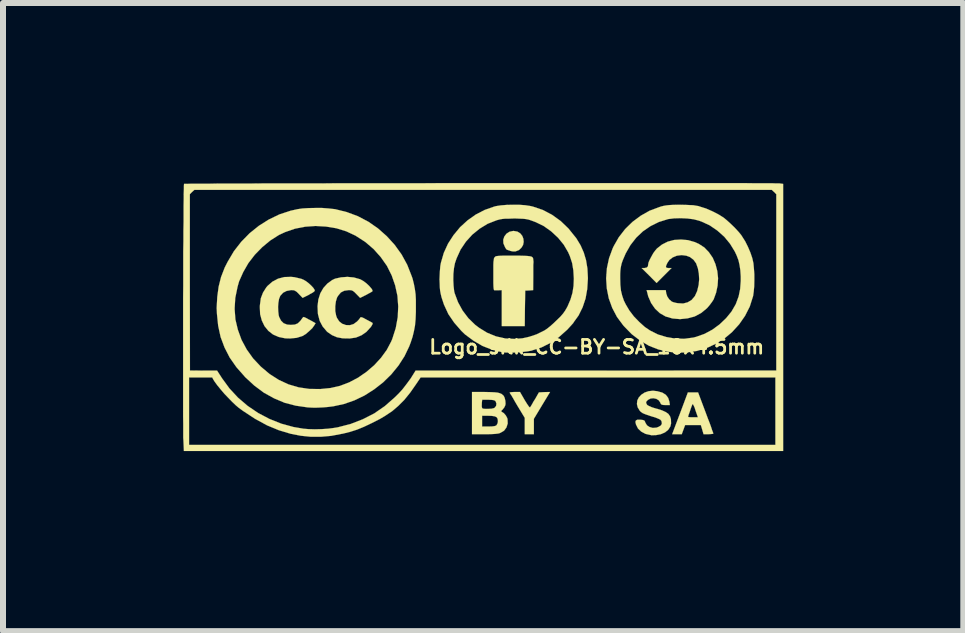
<source format=kicad_pcb>
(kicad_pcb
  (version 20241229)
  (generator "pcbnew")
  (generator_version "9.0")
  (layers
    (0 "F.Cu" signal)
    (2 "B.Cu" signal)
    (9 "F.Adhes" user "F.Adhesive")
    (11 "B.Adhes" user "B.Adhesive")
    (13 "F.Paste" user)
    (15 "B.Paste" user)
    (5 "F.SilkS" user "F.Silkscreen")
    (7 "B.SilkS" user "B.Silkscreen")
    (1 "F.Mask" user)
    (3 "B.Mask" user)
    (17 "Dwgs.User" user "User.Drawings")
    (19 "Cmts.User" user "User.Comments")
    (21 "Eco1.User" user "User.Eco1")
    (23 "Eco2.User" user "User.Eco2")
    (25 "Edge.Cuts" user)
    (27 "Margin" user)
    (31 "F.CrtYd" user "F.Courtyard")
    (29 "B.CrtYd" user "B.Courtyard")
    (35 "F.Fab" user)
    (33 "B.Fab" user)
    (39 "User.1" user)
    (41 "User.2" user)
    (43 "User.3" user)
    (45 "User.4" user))
  (footprint "Logo_silk_CC-BY-SA_10x4.5mm"
    (layer "F.Cu")
    (at 4.992 2.231)
    (property "Reference" "Logo_silk_CC-BY-SA_10x4.5mm" (at 1.9 0.5 0) (layer "F.SilkS") (effects (font (size 0.229 0.229) (thickness 0.046))))
    (attr exclude_from_pos_files exclude_from_bom)
    (fp_poly (pts (xy 0.683 -1.25) (xy 0.673 -1.199) (xy 0.645 -1.153) (xy 0.605 -1.115) (xy 0.546 -1.092) (xy 0.541 -1.092) (xy 0.505 -1.092) (xy 0.462 -1.1) (xy 0.452 -1.105) (xy 0.419 -1.115) (xy 0.401 -1.123) (xy 0.399 -1.123) (xy 0.391 -1.133) (xy 0.376 -1.156) (xy 0.371 -1.166) (xy 0.345 -1.227) (xy 0.343 -1.288) (xy 0.361 -1.341) (xy 0.396 -1.387) (xy 0.447 -1.42) (xy 0.508 -1.433) (xy 0.518 -1.433) (xy 0.579 -1.422) (xy 0.627 -1.392) (xy 0.66 -1.351) (xy 0.678 -1.303) (xy 0.683 -1.25)) (stroke (width 0.003) (type solid)) (fill yes) (layer "F.SilkS"))
    (fp_poly (pts (xy 1.123 1.25) (xy 0.988 1.473) (xy 0.853 1.697) (xy 0.853 1.824) (xy 0.853 1.953) (xy 0.777 1.953) (xy 0.701 1.953) (xy 0.701 1.819) (xy 0.701 1.681) (xy 0.577 1.476) (xy 0.538 1.41) (xy 0.505 1.351) (xy 0.478 1.306) (xy 0.457 1.275) (xy 0.45 1.26) (xy 0.46 1.255) (xy 0.488 1.252) (xy 0.528 1.25) (xy 0.533 1.25) (xy 0.622 1.25) (xy 0.701 1.387) (xy 0.739 1.448) (xy 0.765 1.486) (xy 0.782 1.506) (xy 0.792 1.504) (xy 0.803 1.486) (xy 0.823 1.453) (xy 0.848 1.407) (xy 0.871 1.372) (xy 0.937 1.257) (xy 1.029 1.252) (xy 1.123 1.25)) (stroke (width 0.003) (type solid)) (fill yes) (layer "F.SilkS"))
    (fp_poly (pts (xy 3.843 1.943) (xy 3.833 1.948) (xy 3.8 1.951) (xy 3.762 1.953) (xy 3.68 1.953) (xy 3.658 1.877) (xy 3.635 1.801) (xy 3.586 1.801) (xy 3.586 1.671) (xy 3.546 1.557) (xy 3.531 1.509) (xy 3.513 1.471) (xy 3.503 1.453) (xy 3.5 1.45) (xy 3.49 1.466) (xy 3.477 1.499) (xy 3.462 1.542) (xy 3.447 1.587) (xy 3.432 1.628) (xy 3.424 1.656) (xy 3.421 1.664) (xy 3.434 1.669) (xy 3.465 1.671) (xy 3.503 1.671) (xy 3.586 1.671) (xy 3.586 1.801) (xy 3.503 1.801) (xy 3.373 1.801) (xy 3.345 1.877) (xy 3.317 1.953) (xy 3.236 1.953) (xy 3.157 1.953) (xy 3.289 1.605) (xy 3.419 1.257) (xy 3.505 1.257) (xy 3.589 1.257) (xy 3.716 1.595) (xy 3.749 1.684) (xy 3.78 1.763) (xy 3.805 1.831) (xy 3.823 1.887) (xy 3.838 1.925) (xy 3.843 1.943)) (stroke (width 0.003) (type solid)) (fill yes) (layer "F.SilkS"))
    (fp_poly (pts (xy 0.846 -0.907) (xy 0.843 -0.866) (xy 0.843 -0.81) (xy 0.843 -0.742) (xy 0.843 -0.676) (xy 0.841 -0.447) (xy 0.775 -0.442) (xy 0.709 -0.439) (xy 0.704 -0.142) (xy 0.701 0.152) (xy 0.511 0.152) (xy 0.318 0.152) (xy 0.318 -0.147) (xy 0.318 -0.447) (xy 0.264 -0.445) (xy 0.226 -0.445) (xy 0.198 -0.445) (xy 0.193 -0.445) (xy 0.188 -0.452) (xy 0.183 -0.472) (xy 0.18 -0.508) (xy 0.178 -0.564) (xy 0.178 -0.64) (xy 0.178 -0.706) (xy 0.178 -0.795) (xy 0.178 -0.866) (xy 0.18 -0.917) (xy 0.185 -0.95) (xy 0.188 -0.975) (xy 0.196 -0.991) (xy 0.198 -0.993) (xy 0.206 -1.001) (xy 0.213 -1.008) (xy 0.229 -1.013) (xy 0.251 -1.016) (xy 0.284 -1.019) (xy 0.335 -1.021) (xy 0.404 -1.021) (xy 0.495 -1.021) (xy 0.511 -1.021) (xy 0.61 -1.021) (xy 0.688 -1.019) (xy 0.747 -1.016) (xy 0.79 -1.011) (xy 0.818 -1.003) (xy 0.833 -0.991) (xy 0.841 -0.973) (xy 0.843 -0.95) (xy 0.846 -0.925) (xy 0.846 -0.907)) (stroke (width 0.003) (type solid)) (fill yes) (layer "F.SilkS"))
    (fp_poly (pts (xy -2.784 0.104) (xy -2.807 0.142) (xy -2.84 0.188) (xy -2.891 0.236) (xy -2.944 0.282) (xy -2.997 0.315) (xy -3.01 0.32) (xy -3.101 0.348) (xy -3.208 0.358) (xy -3.289 0.356) (xy -3.399 0.333) (xy -3.493 0.292) (xy -3.571 0.231) (xy -3.635 0.152) (xy -3.68 0.058) (xy -3.708 -0.046) (xy -3.713 -0.168) (xy -3.711 -0.201) (xy -3.696 -0.312) (xy -3.66 -0.406) (xy -3.607 -0.49) (xy -3.586 -0.516) (xy -3.505 -0.587) (xy -3.409 -0.638) (xy -3.305 -0.665) (xy -3.19 -0.668) (xy -3.139 -0.663) (xy -3.081 -0.65) (xy -3.02 -0.635) (xy -2.979 -0.617) (xy -2.941 -0.594) (xy -2.898 -0.561) (xy -2.857 -0.523) (xy -2.824 -0.488) (xy -2.802 -0.455) (xy -2.797 -0.439) (xy -2.807 -0.424) (xy -2.835 -0.404) (xy -2.878 -0.381) (xy -2.898 -0.368) (xy -3 -0.318) (xy -3.061 -0.381) (xy -3.096 -0.417) (xy -3.122 -0.434) (xy -3.145 -0.445) (xy -3.178 -0.447) (xy -3.195 -0.447) (xy -3.266 -0.434) (xy -3.325 -0.404) (xy -3.373 -0.351) (xy -3.376 -0.343) (xy -3.393 -0.3) (xy -3.404 -0.236) (xy -3.409 -0.168) (xy -3.406 -0.094) (xy -3.399 -0.03) (xy -3.391 0) (xy -3.36 0.061) (xy -3.317 0.104) (xy -3.259 0.127) (xy -3.198 0.132) (xy -3.129 0.127) (xy -3.081 0.107) (xy -3.038 0.066) (xy -3.02 0.041) (xy -3 0.013) (xy -2.985 0) (xy -2.969 0.005) (xy -2.936 0.02) (xy -2.896 0.043) (xy -2.878 0.051) (xy -2.784 0.104)) (stroke (width 0.003) (type solid)) (fill yes) (layer "F.SilkS"))
    (fp_poly (pts (xy -1.834 0.102) (xy -1.834 0.117) (xy -1.849 0.145) (xy -1.864 0.168) (xy -1.938 0.249) (xy -2.019 0.305) (xy -2.111 0.343) (xy -2.215 0.358) (xy -2.332 0.356) (xy -2.428 0.338) (xy -2.512 0.302) (xy -2.588 0.249) (xy -2.601 0.236) (xy -2.667 0.157) (xy -2.715 0.066) (xy -2.743 -0.041) (xy -2.746 -0.061) (xy -2.751 -0.18) (xy -2.738 -0.29) (xy -2.705 -0.394) (xy -2.654 -0.483) (xy -2.588 -0.556) (xy -2.507 -0.615) (xy -2.459 -0.638) (xy -2.36 -0.66) (xy -2.253 -0.668) (xy -2.146 -0.658) (xy -2.047 -0.63) (xy -2.035 -0.625) (xy -1.989 -0.599) (xy -1.938 -0.561) (xy -1.892 -0.518) (xy -1.857 -0.478) (xy -1.844 -0.46) (xy -1.836 -0.442) (xy -1.836 -0.429) (xy -1.849 -0.419) (xy -1.875 -0.404) (xy -1.918 -0.381) (xy -1.935 -0.371) (xy -2.042 -0.318) (xy -2.103 -0.381) (xy -2.139 -0.417) (xy -2.162 -0.434) (xy -2.187 -0.445) (xy -2.22 -0.447) (xy -2.235 -0.447) (xy -2.306 -0.437) (xy -2.362 -0.409) (xy -2.405 -0.358) (xy -2.426 -0.325) (xy -2.446 -0.259) (xy -2.456 -0.18) (xy -2.456 -0.097) (xy -2.441 -0.02) (xy -2.428 0.015) (xy -2.39 0.074) (xy -2.339 0.114) (xy -2.278 0.135) (xy -2.212 0.137) (xy -2.149 0.117) (xy -2.093 0.076) (xy -2.065 0.046) (xy -2.045 0.02) (xy -2.04 0.01) (xy -2.032 0.005) (xy -2.014 0.005) (xy -1.984 0.018) (xy -1.938 0.043) (xy -1.895 0.066) (xy -1.857 0.086) (xy -1.836 0.099) (xy -1.834 0.102)) (stroke (width 0.003) (type solid)) (fill yes) (layer "F.SilkS"))
    (fp_poly (pts (xy 0.417 1.775) (xy 0.396 1.841) (xy 0.356 1.895) (xy 0.3 1.928) (xy 0.277 1.938) (xy 0.254 1.943) (xy 0.254 1.735) (xy 0.249 1.697) (xy 0.234 1.671) (xy 0.229 1.669) (xy 0.229 1.443) (xy 0.216 1.407) (xy 0.208 1.397) (xy 0.188 1.387) (xy 0.155 1.382) (xy 0.099 1.379) (xy 0.089 1.379) (xy -0.008 1.379) (xy -0.013 1.42) (xy -0.015 1.46) (xy -0.015 1.496) (xy -0.01 1.514) (xy -0.003 1.524) (xy 0.013 1.529) (xy 0.048 1.532) (xy 0.079 1.532) (xy 0.145 1.529) (xy 0.188 1.519) (xy 0.201 1.511) (xy 0.224 1.481) (xy 0.229 1.443) (xy 0.229 1.669) (xy 0.203 1.656) (xy 0.152 1.648) (xy 0.091 1.646) (xy -0.01 1.646) (xy -0.01 1.735) (xy -0.01 1.826) (xy 0.097 1.826) (xy 0.157 1.824) (xy 0.196 1.819) (xy 0.221 1.811) (xy 0.231 1.803) (xy 0.249 1.77) (xy 0.254 1.735) (xy 0.254 1.943) (xy 0.249 1.943) (xy 0.213 1.948) (xy 0.163 1.951) (xy 0.097 1.953) (xy 0.033 1.953) (xy -0.178 1.953) (xy -0.178 1.603) (xy -0.178 1.25) (xy 0.03 1.25) (xy 0.124 1.252) (xy 0.193 1.255) (xy 0.246 1.26) (xy 0.284 1.27) (xy 0.315 1.283) (xy 0.338 1.303) (xy 0.348 1.311) (xy 0.366 1.346) (xy 0.378 1.397) (xy 0.381 1.448) (xy 0.376 1.473) (xy 0.361 1.506) (xy 0.335 1.539) (xy 0.333 1.542) (xy 0.312 1.562) (xy 0.31 1.575) (xy 0.318 1.58) (xy 0.353 1.603) (xy 0.386 1.641) (xy 0.409 1.684) (xy 0.414 1.702) (xy 0.417 1.775)) (stroke (width 0.003) (type solid)) (fill yes) (layer "F.SilkS"))
    (fp_poly (pts (xy 3.139 1.775) (xy 3.127 1.824) (xy 3.099 1.869) (xy 3.089 1.882) (xy 3.038 1.923) (xy 2.969 1.953) (xy 2.891 1.968) (xy 2.812 1.971) (xy 2.802 1.968) (xy 2.713 1.948) (xy 2.642 1.91) (xy 2.588 1.859) (xy 2.555 1.793) (xy 2.553 1.786) (xy 2.545 1.748) (xy 2.553 1.725) (xy 2.576 1.712) (xy 2.619 1.712) (xy 2.629 1.712) (xy 2.67 1.717) (xy 2.692 1.725) (xy 2.703 1.74) (xy 2.71 1.76) (xy 2.738 1.806) (xy 2.781 1.834) (xy 2.835 1.849) (xy 2.896 1.844) (xy 2.931 1.831) (xy 2.969 1.808) (xy 2.985 1.781) (xy 2.982 1.745) (xy 2.974 1.727) (xy 2.957 1.709) (xy 2.924 1.694) (xy 2.875 1.674) (xy 2.807 1.654) (xy 2.769 1.641) (xy 2.71 1.621) (xy 2.667 1.603) (xy 2.637 1.582) (xy 2.619 1.565) (xy 2.583 1.506) (xy 2.57 1.45) (xy 2.576 1.392) (xy 2.601 1.341) (xy 2.644 1.295) (xy 2.697 1.26) (xy 2.764 1.237) (xy 2.837 1.229) (xy 2.908 1.237) (xy 2.992 1.26) (xy 3.053 1.298) (xy 3.091 1.349) (xy 3.111 1.412) (xy 3.111 1.415) (xy 3.119 1.468) (xy 3.045 1.468) (xy 3.005 1.466) (xy 2.982 1.46) (xy 2.969 1.45) (xy 2.959 1.427) (xy 2.934 1.389) (xy 2.893 1.364) (xy 2.845 1.354) (xy 2.797 1.359) (xy 2.753 1.382) (xy 2.751 1.384) (xy 2.725 1.412) (xy 2.723 1.433) (xy 2.736 1.458) (xy 2.741 1.466) (xy 2.769 1.483) (xy 2.822 1.506) (xy 2.898 1.529) (xy 2.903 1.529) (xy 2.99 1.557) (xy 3.051 1.585) (xy 3.094 1.615) (xy 3.122 1.656) (xy 3.137 1.704) (xy 3.137 1.714) (xy 3.139 1.775)) (stroke (width 0.003) (type solid)) (fill yes) (layer "F.SilkS"))
    (fp_poly (pts (xy 3.922 -0.645) (xy 3.914 -0.523) (xy 3.889 -0.404) (xy 3.848 -0.292) (xy 3.82 -0.249) (xy 3.782 -0.198) (xy 3.741 -0.15) (xy 3.736 -0.145) (xy 3.64 -0.066) (xy 3.531 -0.008) (xy 3.414 0.023) (xy 3.289 0.036) (xy 3.162 0.025) (xy 3.155 0.023) (xy 3.048 -0.008) (xy 2.951 -0.064) (xy 2.873 -0.137) (xy 2.807 -0.231) (xy 2.758 -0.343) (xy 2.741 -0.411) (xy 2.731 -0.447) (xy 2.891 -0.447) (xy 3.051 -0.447) (xy 3.058 -0.394) (xy 3.076 -0.34) (xy 3.109 -0.292) (xy 3.15 -0.257) (xy 3.155 -0.254) (xy 3.183 -0.244) (xy 3.223 -0.234) (xy 3.254 -0.229) (xy 3.34 -0.224) (xy 3.416 -0.244) (xy 3.482 -0.284) (xy 3.536 -0.348) (xy 3.574 -0.432) (xy 3.599 -0.536) (xy 3.607 -0.627) (xy 3.602 -0.721) (xy 3.586 -0.81) (xy 3.559 -0.886) (xy 3.556 -0.894) (xy 3.513 -0.953) (xy 3.454 -0.998) (xy 3.393 -1.021) (xy 3.315 -1.031) (xy 3.236 -1.021) (xy 3.167 -0.993) (xy 3.111 -0.95) (xy 3.078 -0.902) (xy 3.058 -0.859) (xy 3.053 -0.833) (xy 3.063 -0.82) (xy 3.089 -0.815) (xy 3.099 -0.815) (xy 3.147 -0.815) (xy 3.023 -0.691) (xy 2.898 -0.566) (xy 2.774 -0.691) (xy 2.649 -0.815) (xy 2.695 -0.815) (xy 2.733 -0.823) (xy 2.753 -0.843) (xy 2.758 -0.879) (xy 2.764 -0.909) (xy 2.784 -0.955) (xy 2.812 -1.008) (xy 2.842 -1.062) (xy 2.875 -1.107) (xy 2.903 -1.14) (xy 2.987 -1.206) (xy 3.084 -1.255) (xy 3.19 -1.283) (xy 3.305 -1.29) (xy 3.421 -1.28) (xy 3.536 -1.247) (xy 3.602 -1.217) (xy 3.693 -1.158) (xy 3.769 -1.079) (xy 3.833 -0.986) (xy 3.879 -0.879) (xy 3.909 -0.765) (xy 3.922 -0.645)) (stroke (width 0.003) (type solid)) (fill yes) (layer "F.SilkS"))
    (fp_poly (pts (xy -1.113 -0.175) (xy -1.113 -0.084) (xy -1.118 0.038) (xy -1.128 0.145) (xy -1.146 0.239) (xy -1.168 0.33) (xy -1.199 0.424) (xy -1.224 0.49) (xy -1.303 0.655) (xy -1.405 0.813) (xy -1.407 0.815) (xy -1.407 -0.175) (xy -1.42 -0.353) (xy -1.458 -0.526) (xy -1.516 -0.693) (xy -1.595 -0.851) (xy -1.697 -0.996) (xy -1.816 -1.13) (xy -1.956 -1.25) (xy -2.113 -1.351) (xy -2.121 -1.356) (xy -2.273 -1.427) (xy -2.438 -1.478) (xy -2.609 -1.506) (xy -2.784 -1.516) (xy -2.957 -1.504) (xy -3.127 -1.471) (xy -3.289 -1.415) (xy -3.393 -1.367) (xy -3.538 -1.275) (xy -3.673 -1.163) (xy -3.797 -1.036) (xy -3.904 -0.897) (xy -3.99 -0.747) (xy -4.059 -0.592) (xy -4.084 -0.503) (xy -4.122 -0.318) (xy -4.133 -0.137) (xy -4.12 0.041) (xy -4.079 0.213) (xy -4.018 0.381) (xy -3.932 0.541) (xy -3.825 0.691) (xy -3.696 0.828) (xy -3.551 0.95) (xy -3.396 1.049) (xy -3.236 1.123) (xy -3.066 1.173) (xy -2.888 1.199) (xy -2.703 1.201) (xy -2.535 1.184) (xy -2.377 1.148) (xy -2.225 1.09) (xy -2.075 1.011) (xy -1.935 0.914) (xy -1.808 0.805) (xy -1.694 0.681) (xy -1.598 0.549) (xy -1.524 0.409) (xy -1.506 0.366) (xy -1.448 0.185) (xy -1.415 0.003) (xy -1.407 -0.175) (xy -1.407 0.815) (xy -1.524 0.958) (xy -1.659 1.09) (xy -1.808 1.206) (xy -1.968 1.308) (xy -2.136 1.389) (xy -2.311 1.45) (xy -2.487 1.488) (xy -2.573 1.499) (xy -2.654 1.506) (xy -2.718 1.509) (xy -2.771 1.511) (xy -2.822 1.511) (xy -2.873 1.509) (xy -2.918 1.506) (xy -3.114 1.478) (xy -3.299 1.43) (xy -3.475 1.356) (xy -3.645 1.262) (xy -3.805 1.143) (xy -3.962 0.998) (xy -3.965 0.993) (xy -4.102 0.838) (xy -4.214 0.678) (xy -4.3 0.511) (xy -4.366 0.335) (xy -4.407 0.147) (xy -4.427 -0.048) (xy -4.432 -0.152) (xy -4.422 -0.335) (xy -4.399 -0.505) (xy -4.359 -0.665) (xy -4.298 -0.823) (xy -4.249 -0.919) (xy -4.145 -1.095) (xy -4.023 -1.252) (xy -3.884 -1.394) (xy -3.729 -1.519) (xy -3.564 -1.623) (xy -3.386 -1.709) (xy -3.2 -1.77) (xy -3.084 -1.796) (xy -3 -1.808) (xy -2.898 -1.814) (xy -2.786 -1.816) (xy -2.675 -1.816) (xy -2.57 -1.808) (xy -2.479 -1.798) (xy -2.459 -1.796) (xy -2.266 -1.748) (xy -2.08 -1.679) (xy -1.905 -1.587) (xy -1.745 -1.476) (xy -1.598 -1.346) (xy -1.466 -1.201) (xy -1.351 -1.041) (xy -1.257 -0.869) (xy -1.184 -0.683) (xy -1.168 -0.638) (xy -1.146 -0.549) (xy -1.13 -0.465) (xy -1.118 -0.378) (xy -1.113 -0.284) (xy -1.113 -0.175)) (stroke (width 0.003) (type solid)) (fill yes) (layer "F.SilkS"))
    (fp_poly (pts (xy 1.753 -0.638) (xy 1.742 -0.465) (xy 1.714 -0.307) (xy 1.666 -0.163) (xy 1.598 -0.025) (xy 1.519 0.084) (xy 1.519 -0.638) (xy 1.511 -0.775) (xy 1.491 -0.897) (xy 1.453 -1.013) (xy 1.425 -1.077) (xy 1.351 -1.204) (xy 1.255 -1.321) (xy 1.143 -1.425) (xy 1.019 -1.514) (xy 0.884 -1.58) (xy 0.803 -1.61) (xy 0.762 -1.623) (xy 0.721 -1.631) (xy 0.676 -1.636) (xy 0.622 -1.638) (xy 0.551 -1.641) (xy 0.516 -1.641) (xy 0.437 -1.638) (xy 0.376 -1.638) (xy 0.328 -1.633) (xy 0.287 -1.626) (xy 0.246 -1.615) (xy 0.229 -1.61) (xy 0.081 -1.552) (xy -0.051 -1.471) (xy -0.173 -1.372) (xy -0.279 -1.255) (xy -0.368 -1.123) (xy -0.434 -0.978) (xy -0.462 -0.897) (xy -0.478 -0.815) (xy -0.488 -0.719) (xy -0.49 -0.617) (xy -0.485 -0.518) (xy -0.475 -0.429) (xy -0.467 -0.396) (xy -0.411 -0.246) (xy -0.335 -0.107) (xy -0.239 0.02) (xy -0.124 0.132) (xy -0.056 0.183) (xy 0.076 0.264) (xy 0.221 0.323) (xy 0.373 0.358) (xy 0.531 0.366) (xy 0.66 0.356) (xy 0.777 0.33) (xy 0.897 0.29) (xy 1.008 0.236) (xy 1.036 0.221) (xy 1.077 0.193) (xy 1.128 0.152) (xy 1.184 0.102) (xy 1.237 0.051) (xy 1.295 -0.005) (xy 1.339 -0.056) (xy 1.372 -0.102) (xy 1.4 -0.15) (xy 1.415 -0.178) (xy 1.463 -0.29) (xy 1.496 -0.401) (xy 1.514 -0.516) (xy 1.519 -0.638) (xy 1.519 0.084) (xy 1.509 0.102) (xy 1.41 0.211) (xy 1.273 0.333) (xy 1.13 0.432) (xy 0.978 0.508) (xy 0.818 0.559) (xy 0.815 0.561) (xy 0.739 0.574) (xy 0.65 0.584) (xy 0.554 0.592) (xy 0.46 0.594) (xy 0.378 0.592) (xy 0.325 0.587) (xy 0.157 0.546) (xy -0.003 0.483) (xy -0.152 0.396) (xy -0.295 0.29) (xy -0.356 0.231) (xy -0.475 0.094) (xy -0.572 -0.048) (xy -0.645 -0.206) (xy -0.686 -0.33) (xy -0.699 -0.386) (xy -0.709 -0.439) (xy -0.714 -0.493) (xy -0.716 -0.556) (xy -0.719 -0.63) (xy -0.714 -0.749) (xy -0.706 -0.846) (xy -0.696 -0.902) (xy -0.648 -1.067) (xy -0.577 -1.222) (xy -0.485 -1.364) (xy -0.376 -1.496) (xy -0.251 -1.61) (xy -0.114 -1.707) (xy 0.033 -1.783) (xy 0.193 -1.839) (xy 0.224 -1.847) (xy 0.302 -1.859) (xy 0.399 -1.867) (xy 0.5 -1.869) (xy 0.607 -1.869) (xy 0.706 -1.862) (xy 0.792 -1.849) (xy 0.836 -1.839) (xy 1.001 -1.783) (xy 1.156 -1.702) (xy 1.3 -1.598) (xy 1.43 -1.473) (xy 1.544 -1.331) (xy 1.557 -1.316) (xy 1.631 -1.194) (xy 1.684 -1.074) (xy 1.722 -0.947) (xy 1.745 -0.808) (xy 1.753 -0.653) (xy 1.753 -0.638)) (stroke (width 0.003) (type solid)) (fill yes) (layer "F.SilkS"))
    (fp_poly (pts (xy 4.526 -0.61) (xy 4.524 -0.511) (xy 4.516 -0.422) (xy 4.506 -0.351) (xy 4.503 -0.34) (xy 4.45 -0.173) (xy 4.371 -0.018) (xy 4.3 0.084) (xy 4.3 -0.599) (xy 4.3 -0.676) (xy 4.293 -0.78) (xy 4.28 -0.866) (xy 4.262 -0.945) (xy 4.232 -1.024) (xy 4.201 -1.09) (xy 4.122 -1.219) (xy 4.026 -1.336) (xy 3.909 -1.44) (xy 3.782 -1.527) (xy 3.645 -1.59) (xy 3.602 -1.605) (xy 3.513 -1.628) (xy 3.409 -1.641) (xy 3.297 -1.646) (xy 3.188 -1.643) (xy 3.091 -1.631) (xy 3.081 -1.628) (xy 2.934 -1.582) (xy 2.797 -1.514) (xy 2.67 -1.427) (xy 2.558 -1.321) (xy 2.461 -1.196) (xy 2.383 -1.059) (xy 2.334 -0.945) (xy 2.316 -0.894) (xy 2.306 -0.851) (xy 2.299 -0.813) (xy 2.294 -0.77) (xy 2.291 -0.714) (xy 2.291 -0.643) (xy 2.294 -0.533) (xy 2.304 -0.439) (xy 2.324 -0.356) (xy 2.352 -0.274) (xy 2.383 -0.211) (xy 2.443 -0.109) (xy 2.52 -0.008) (xy 2.609 0.084) (xy 2.703 0.168) (xy 2.789 0.226) (xy 2.921 0.292) (xy 3.063 0.335) (xy 3.213 0.361) (xy 3.365 0.363) (xy 3.513 0.343) (xy 3.561 0.33) (xy 3.696 0.282) (xy 3.828 0.211) (xy 3.947 0.124) (xy 4.056 0.02) (xy 4.145 -0.089) (xy 4.214 -0.208) (xy 4.221 -0.224) (xy 4.265 -0.343) (xy 4.29 -0.465) (xy 4.3 -0.599) (xy 4.3 0.084) (xy 4.272 0.124) (xy 4.153 0.254) (xy 4.044 0.345) (xy 3.894 0.442) (xy 3.736 0.516) (xy 3.569 0.566) (xy 3.396 0.592) (xy 3.218 0.594) (xy 3.089 0.579) (xy 2.926 0.541) (xy 2.771 0.48) (xy 2.624 0.394) (xy 2.484 0.287) (xy 2.36 0.16) (xy 2.342 0.14) (xy 2.238 0) (xy 2.159 -0.15) (xy 2.101 -0.31) (xy 2.068 -0.475) (xy 2.057 -0.643) (xy 2.07 -0.813) (xy 2.106 -0.98) (xy 2.167 -1.146) (xy 2.184 -1.181) (xy 2.268 -1.328) (xy 2.375 -1.466) (xy 2.497 -1.585) (xy 2.634 -1.687) (xy 2.781 -1.77) (xy 2.939 -1.829) (xy 2.974 -1.841) (xy 3.02 -1.852) (xy 3.063 -1.859) (xy 3.109 -1.864) (xy 3.165 -1.867) (xy 3.236 -1.869) (xy 3.299 -1.869) (xy 3.388 -1.867) (xy 3.454 -1.864) (xy 3.508 -1.862) (xy 3.553 -1.854) (xy 3.597 -1.847) (xy 3.619 -1.839) (xy 3.724 -1.806) (xy 3.833 -1.758) (xy 3.937 -1.704) (xy 4.016 -1.654) (xy 4.069 -1.61) (xy 4.133 -1.552) (xy 4.199 -1.488) (xy 4.26 -1.422) (xy 4.308 -1.364) (xy 4.326 -1.336) (xy 4.374 -1.26) (xy 4.42 -1.168) (xy 4.46 -1.074) (xy 4.491 -0.983) (xy 4.496 -0.963) (xy 4.511 -0.894) (xy 4.519 -0.808) (xy 4.526 -0.711) (xy 4.526 -0.61)) (stroke (width 0.003) (type solid)) (fill yes) (layer "F.SilkS"))
    (fp_poly (pts (xy 5.006 2.233) (xy 4.892 2.233) (xy 4.892 0.892) (xy 4.892 -0.574) (xy 4.892 -2.045) (xy 4.854 -2.083) (xy 4.816 -2.118) (xy 0.005 -2.118) (xy -4.803 -2.118) (xy -4.841 -2.083) (xy -4.879 -2.045) (xy -4.879 -0.574) (xy -4.877 0.892) (xy -4.651 0.894) (xy -4.425 0.894) (xy -4.341 1.024) (xy -4.219 1.191) (xy -4.077 1.344) (xy -3.917 1.481) (xy -3.741 1.6) (xy -3.553 1.699) (xy -3.355 1.778) (xy -3.15 1.834) (xy -2.985 1.862) (xy -2.898 1.869) (xy -2.797 1.872) (xy -2.685 1.869) (xy -2.576 1.862) (xy -2.477 1.849) (xy -2.416 1.839) (xy -2.2 1.783) (xy -1.996 1.704) (xy -1.808 1.608) (xy -1.631 1.486) (xy -1.466 1.341) (xy -1.397 1.273) (xy -1.341 1.212) (xy -1.285 1.14) (xy -1.232 1.069) (xy -1.199 1.024) (xy -1.118 0.894) (xy 1.885 0.894) (xy 4.892 0.892) (xy 4.892 2.233) (xy 4.877 2.233) (xy 4.877 2.131) (xy 4.877 1.57) (xy 4.877 1.008) (xy 1.92 1.008) (xy -1.034 1.008) (xy -1.113 1.125) (xy -1.209 1.262) (xy -1.306 1.382) (xy -1.405 1.481) (xy -1.509 1.57) (xy -1.626 1.648) (xy -1.712 1.699) (xy -1.852 1.77) (xy -1.976 1.829) (xy -2.093 1.877) (xy -2.212 1.915) (xy -2.337 1.946) (xy -2.342 1.946) (xy -2.525 1.981) (xy -2.697 1.996) (xy -2.863 1.996) (xy -3.03 1.979) (xy -3.2 1.946) (xy -3.396 1.887) (xy -3.592 1.806) (xy -3.792 1.697) (xy -3.993 1.565) (xy -4.061 1.516) (xy -4.112 1.473) (xy -4.173 1.415) (xy -4.237 1.349) (xy -4.303 1.28) (xy -4.366 1.206) (xy -4.42 1.14) (xy -4.463 1.082) (xy -4.486 1.046) (xy -4.506 1.008) (xy -4.699 1.008) (xy -4.892 1.008) (xy -4.892 1.57) (xy -4.892 2.131) (xy -0.005 2.131) (xy 4.877 2.131) (xy 4.877 2.233) (xy 0.013 2.233) (xy -4.978 2.233) (xy -4.986 2.052) (xy -4.989 2.014) (xy -4.989 1.956) (xy -4.989 1.875) (xy -4.989 1.775) (xy -4.991 1.659) (xy -4.991 1.527) (xy -4.991 1.379) (xy -4.991 1.219) (xy -4.991 1.049) (xy -4.991 0.869) (xy -4.991 0.681) (xy -4.991 0.488) (xy -4.991 0.29) (xy -4.991 0.089) (xy -4.991 -0.112) (xy -4.991 -0.315) (xy -4.989 -0.516) (xy -4.989 -0.711) (xy -4.989 -0.904) (xy -4.989 -1.09) (xy -4.986 -1.265) (xy -4.986 -1.433) (xy -4.983 -1.587) (xy -4.983 -1.73) (xy -4.983 -1.857) (xy -4.981 -1.966) (xy -4.981 -2.06) (xy -4.978 -2.131) (xy -4.978 -2.184) (xy -4.976 -2.212) (xy -4.976 -2.217) (xy -4.963 -2.217) (xy -4.925 -2.217) (xy -4.864 -2.22) (xy -4.78 -2.22) (xy -4.676 -2.22) (xy -4.549 -2.22) (xy -4.407 -2.223) (xy -4.244 -2.223) (xy -4.064 -2.223) (xy -3.868 -2.223) (xy -3.658 -2.225) (xy -3.434 -2.225) (xy -3.195 -2.225) (xy -2.946 -2.225) (xy -2.687 -2.225) (xy -2.418 -2.228) (xy -2.141 -2.228) (xy -1.854 -2.228) (xy -1.565 -2.228) (xy -1.267 -2.228) (xy -0.965 -2.228) (xy -0.66 -2.23) (xy -0.353 -2.23) (xy -0.043 -2.23) (xy 0.262 -2.23) (xy 0.569 -2.23) (xy 0.874 -2.23) (xy 1.176 -2.23) (xy 1.476 -2.23) (xy 1.768 -2.23) (xy 2.055 -2.23) (xy 2.334 -2.23) (xy 2.606 -2.23) (xy 2.868 -2.23) (xy 3.119 -2.23) (xy 3.358 -2.23) (xy 3.584 -2.23) (xy 3.797 -2.23) (xy 3.995 -2.23) (xy 4.178 -2.23) (xy 4.346 -2.23) (xy 4.493 -2.228) (xy 4.623 -2.228) (xy 4.729 -2.228) (xy 4.818 -2.228) (xy 4.884 -2.225) (xy 4.928 -2.225) (xy 4.945 -2.225) (xy 5.006 -2.217) (xy 5.006 0.008) (xy 5.006 2.233)) (stroke (width 0.003) (type solid)) (fill yes) (layer "F.SilkS")))
  (gr_rect
    (start -3 -3)
    (end 13 7.465)
    (stroke (width 0.1) (type default))
    (fill no)
    (layer "Edge.Cuts")))
</source>
